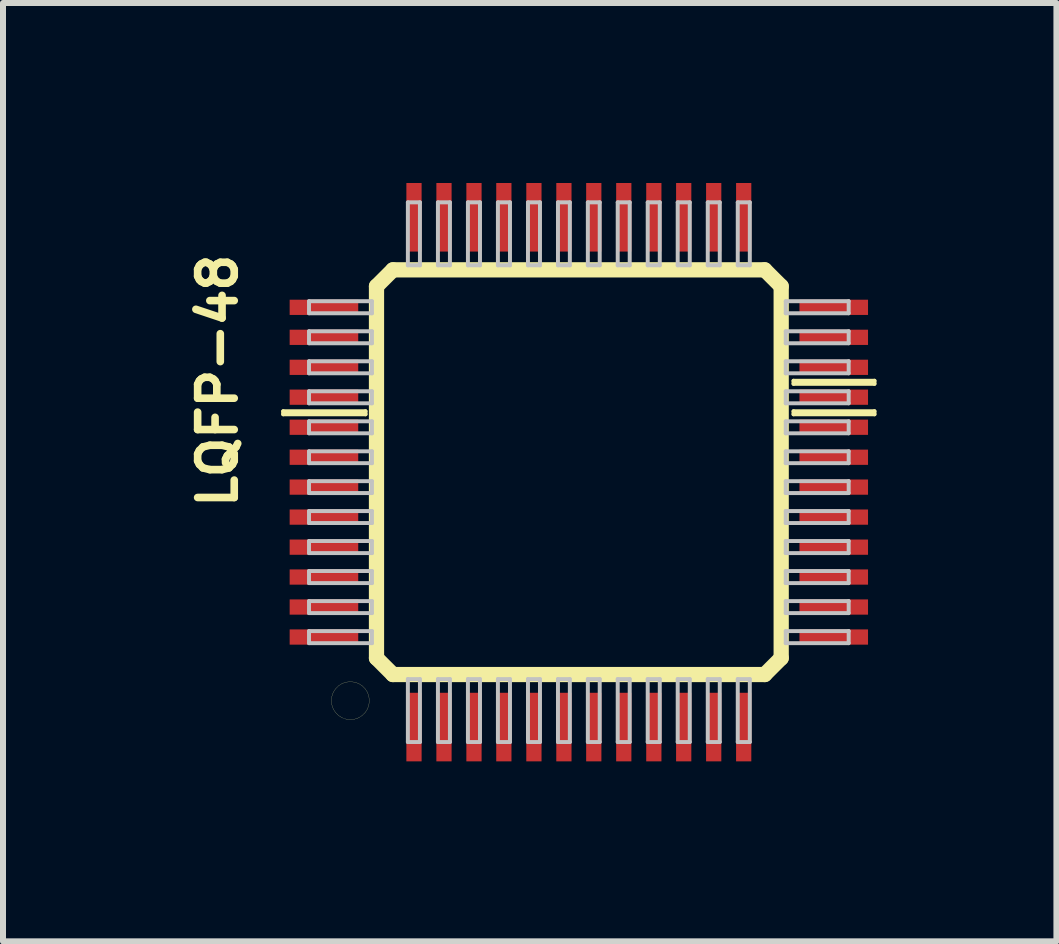
<source format=kicad_pcb>
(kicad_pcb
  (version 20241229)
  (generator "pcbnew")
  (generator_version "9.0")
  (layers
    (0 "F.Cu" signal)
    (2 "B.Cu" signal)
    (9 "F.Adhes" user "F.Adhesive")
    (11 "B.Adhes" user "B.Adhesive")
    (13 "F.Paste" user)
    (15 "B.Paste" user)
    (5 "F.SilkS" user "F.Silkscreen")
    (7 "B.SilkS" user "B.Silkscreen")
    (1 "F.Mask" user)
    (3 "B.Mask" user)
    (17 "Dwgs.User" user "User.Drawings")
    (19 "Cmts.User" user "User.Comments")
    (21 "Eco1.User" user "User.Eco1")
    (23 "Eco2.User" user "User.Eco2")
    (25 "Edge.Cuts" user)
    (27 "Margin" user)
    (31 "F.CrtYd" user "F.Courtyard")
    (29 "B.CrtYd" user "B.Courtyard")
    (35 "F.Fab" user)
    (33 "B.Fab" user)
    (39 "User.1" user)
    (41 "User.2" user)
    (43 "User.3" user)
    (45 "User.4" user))
  (footprint "LQFP-48"
    (layer "F.Cu")
    (at 6.599 4.821)
    (property "Reference" "LQFP-48" (at -6.02 -1.524 90) (layer "F.SilkS") (effects (font (size 0.61 0.61) (thickness 0.127))))
    (attr smd)
    (fp_line (start -4.928 -1.016) (end -3.556 -1.016) (stroke (width 0.066) (type solid)) (layer "F.SilkS"))
    (fp_line (start -4.928 -0.965) (end -4.928 -1.016) (stroke (width 0.066) (type solid)) (layer "F.SilkS"))
    (fp_line (start -4.928 -0.965) (end -3.556 -0.965) (stroke (width 0.066) (type solid)) (layer "F.SilkS"))
    (fp_line (start -4.128 3.81) (end -4.117 3.879) (stroke (width 0.003) (type solid)) (layer "F.SilkS"))
    (fp_line (start -4.117 3.739) (end -4.128 3.81) (stroke (width 0.003) (type solid)) (layer "F.SilkS"))
    (fp_line (start -4.117 3.879) (end -4.094 3.947) (stroke (width 0.003) (type solid)) (layer "F.SilkS"))
    (fp_line (start -4.094 3.67) (end -4.117 3.739) (stroke (width 0.003) (type solid)) (layer "F.SilkS"))
    (fp_line (start -4.094 3.947) (end -4.056 4.006) (stroke (width 0.003) (type solid)) (layer "F.SilkS"))
    (fp_line (start -4.056 3.612) (end -4.094 3.67) (stroke (width 0.003) (type solid)) (layer "F.SilkS"))
    (fp_line (start -4.056 4.006) (end -4.006 4.056) (stroke (width 0.003) (type solid)) (layer "F.SilkS"))
    (fp_line (start -4.006 3.561) (end -4.056 3.612) (stroke (width 0.003) (type solid)) (layer "F.SilkS"))
    (fp_line (start -4.006 4.056) (end -3.947 4.094) (stroke (width 0.003) (type solid)) (layer "F.SilkS"))
    (fp_line (start -3.947 3.523) (end -4.006 3.561) (stroke (width 0.003) (type solid)) (layer "F.SilkS"))
    (fp_line (start -3.947 4.094) (end -3.879 4.117) (stroke (width 0.003) (type solid)) (layer "F.SilkS"))
    (fp_line (start -3.879 3.5) (end -3.947 3.523) (stroke (width 0.003) (type solid)) (layer "F.SilkS"))
    (fp_line (start -3.879 4.117) (end -3.81 4.128) (stroke (width 0.003) (type solid)) (layer "F.SilkS"))
    (fp_line (start -3.81 3.493) (end -3.879 3.5) (stroke (width 0.003) (type solid)) (layer "F.SilkS"))
    (fp_line (start -3.81 4.128) (end -3.739 4.117) (stroke (width 0.003) (type solid)) (layer "F.SilkS"))
    (fp_line (start -3.739 3.5) (end -3.81 3.493) (stroke (width 0.003) (type solid)) (layer "F.SilkS"))
    (fp_line (start -3.739 4.117) (end -3.67 4.094) (stroke (width 0.003) (type solid)) (layer "F.SilkS"))
    (fp_line (start -3.67 3.523) (end -3.739 3.5) (stroke (width 0.003) (type solid)) (layer "F.SilkS"))
    (fp_line (start -3.67 4.094) (end -3.612 4.056) (stroke (width 0.003) (type solid)) (layer "F.SilkS"))
    (fp_line (start -3.612 3.561) (end -3.67 3.523) (stroke (width 0.003) (type solid)) (layer "F.SilkS"))
    (fp_line (start -3.612 4.056) (end -3.561 4.006) (stroke (width 0.003) (type solid)) (layer "F.SilkS"))
    (fp_line (start -3.561 3.612) (end -3.612 3.561) (stroke (width 0.003) (type solid)) (layer "F.SilkS"))
    (fp_line (start -3.561 4.006) (end -3.523 3.947) (stroke (width 0.003) (type solid)) (layer "F.SilkS"))
    (fp_line (start -3.556 -0.965) (end -3.556 -1.016) (stroke (width 0.066) (type solid)) (layer "F.SilkS"))
    (fp_line (start -3.523 3.67) (end -3.561 3.612) (stroke (width 0.003) (type solid)) (layer "F.SilkS"))
    (fp_line (start -3.523 3.947) (end -3.5 3.879) (stroke (width 0.003) (type solid)) (layer "F.SilkS"))
    (fp_line (start -3.5 3.739) (end -3.523 3.67) (stroke (width 0.003) (type solid)) (layer "F.SilkS"))
    (fp_line (start -3.5 3.879) (end -3.493 3.81) (stroke (width 0.003) (type solid)) (layer "F.SilkS"))
    (fp_line (start -3.493 3.81) (end -3.5 3.739) (stroke (width 0.003) (type solid)) (layer "F.SilkS"))
    (fp_line (start -3.373 -3.099) (end -3.099 -3.373) (stroke (width 0.254) (type solid)) (layer "F.SilkS"))
    (fp_line (start -3.373 3.099) (end -3.373 -3.099) (stroke (width 0.254) (type solid)) (layer "F.SilkS"))
    (fp_line (start -3.099 -3.373) (end 3.099 -3.373) (stroke (width 0.254) (type solid)) (layer "F.SilkS"))
    (fp_line (start -3.099 3.373) (end -3.373 3.099) (stroke (width 0.254) (type solid)) (layer "F.SilkS"))
    (fp_line (start 3.099 -3.373) (end 3.373 -3.099) (stroke (width 0.254) (type solid)) (layer "F.SilkS"))
    (fp_line (start 3.099 3.373) (end -3.099 3.373) (stroke (width 0.254) (type solid)) (layer "F.SilkS"))
    (fp_line (start 3.373 -3.099) (end 3.373 3.099) (stroke (width 0.254) (type solid)) (layer "F.SilkS"))
    (fp_line (start 3.373 3.099) (end 3.099 3.373) (stroke (width 0.254) (type solid)) (layer "F.SilkS"))
    (fp_line (start 3.579 -1.524) (end 4.928 -1.524) (stroke (width 0.066) (type solid)) (layer "F.SilkS"))
    (fp_line (start 3.579 -1.473) (end 3.579 -1.524) (stroke (width 0.066) (type solid)) (layer "F.SilkS"))
    (fp_line (start 3.579 -1.473) (end 4.928 -1.473) (stroke (width 0.066) (type solid)) (layer "F.SilkS"))
    (fp_line (start 3.579 -1.016) (end 4.928 -1.016) (stroke (width 0.066) (type solid)) (layer "F.SilkS"))
    (fp_line (start 3.579 -0.965) (end 3.579 -1.016) (stroke (width 0.066) (type solid)) (layer "F.SilkS"))
    (fp_line (start 3.579 -0.965) (end 4.928 -0.965) (stroke (width 0.066) (type solid)) (layer "F.SilkS"))
    (fp_line (start 4.928 -1.473) (end 4.928 -1.524) (stroke (width 0.066) (type solid)) (layer "F.SilkS"))
    (fp_line (start 4.928 -0.965) (end 4.928 -1.016) (stroke (width 0.066) (type solid)) (layer "F.SilkS"))
    (fp_line (start -4.498 -2.85) (end -3.449 -2.85) (stroke (width 0.066) (type solid)) (layer "Dwgs.User"))
    (fp_line (start -4.498 -2.649) (end -4.498 -2.85) (stroke (width 0.066) (type solid)) (layer "Dwgs.User"))
    (fp_line (start -4.498 -2.649) (end -3.449 -2.649) (stroke (width 0.066) (type solid)) (layer "Dwgs.User"))
    (fp_line (start -4.498 -2.349) (end -3.449 -2.349) (stroke (width 0.066) (type solid)) (layer "Dwgs.User"))
    (fp_line (start -4.498 -2.149) (end -4.498 -2.349) (stroke (width 0.066) (type solid)) (layer "Dwgs.User"))
    (fp_line (start -4.498 -2.149) (end -3.449 -2.149) (stroke (width 0.066) (type solid)) (layer "Dwgs.User"))
    (fp_line (start -4.498 -1.849) (end -3.449 -1.849) (stroke (width 0.066) (type solid)) (layer "Dwgs.User"))
    (fp_line (start -4.498 -1.648) (end -4.498 -1.849) (stroke (width 0.066) (type solid)) (layer "Dwgs.User"))
    (fp_line (start -4.498 -1.648) (end -3.449 -1.648) (stroke (width 0.066) (type solid)) (layer "Dwgs.User"))
    (fp_line (start -4.498 -1.349) (end -3.449 -1.349) (stroke (width 0.066) (type solid)) (layer "Dwgs.User"))
    (fp_line (start -4.498 -1.148) (end -4.498 -1.349) (stroke (width 0.066) (type solid)) (layer "Dwgs.User"))
    (fp_line (start -4.498 -1.148) (end -3.449 -1.148) (stroke (width 0.066) (type solid)) (layer "Dwgs.User"))
    (fp_line (start -4.498 -0.848) (end -3.449 -0.848) (stroke (width 0.066) (type solid)) (layer "Dwgs.User"))
    (fp_line (start -4.498 -0.648) (end -4.498 -0.848) (stroke (width 0.066) (type solid)) (layer "Dwgs.User"))
    (fp_line (start -4.498 -0.648) (end -3.449 -0.648) (stroke (width 0.066) (type solid)) (layer "Dwgs.User"))
    (fp_line (start -4.498 -0.348) (end -3.449 -0.348) (stroke (width 0.066) (type solid)) (layer "Dwgs.User"))
    (fp_line (start -4.498 -0.15) (end -4.498 -0.348) (stroke (width 0.066) (type solid)) (layer "Dwgs.User"))
    (fp_line (start -4.498 -0.15) (end -3.449 -0.15) (stroke (width 0.066) (type solid)) (layer "Dwgs.User"))
    (fp_line (start -4.498 0.15) (end -3.449 0.15) (stroke (width 0.066) (type solid)) (layer "Dwgs.User"))
    (fp_line (start -4.498 0.348) (end -4.498 0.15) (stroke (width 0.066) (type solid)) (layer "Dwgs.User"))
    (fp_line (start -4.498 0.348) (end -3.449 0.348) (stroke (width 0.066) (type solid)) (layer "Dwgs.User"))
    (fp_line (start -4.498 0.648) (end -3.449 0.648) (stroke (width 0.066) (type solid)) (layer "Dwgs.User"))
    (fp_line (start -4.498 0.848) (end -4.498 0.648) (stroke (width 0.066) (type solid)) (layer "Dwgs.User"))
    (fp_line (start -4.498 0.848) (end -3.449 0.848) (stroke (width 0.066) (type solid)) (layer "Dwgs.User"))
    (fp_line (start -4.498 1.148) (end -3.449 1.148) (stroke (width 0.066) (type solid)) (layer "Dwgs.User"))
    (fp_line (start -4.498 1.349) (end -4.498 1.148) (stroke (width 0.066) (type solid)) (layer "Dwgs.User"))
    (fp_line (start -4.498 1.349) (end -3.449 1.349) (stroke (width 0.066) (type solid)) (layer "Dwgs.User"))
    (fp_line (start -4.498 1.648) (end -3.449 1.648) (stroke (width 0.066) (type solid)) (layer "Dwgs.User"))
    (fp_line (start -4.498 1.849) (end -4.498 1.648) (stroke (width 0.066) (type solid)) (layer "Dwgs.User"))
    (fp_line (start -4.498 1.849) (end -3.449 1.849) (stroke (width 0.066) (type solid)) (layer "Dwgs.User"))
    (fp_line (start -4.498 2.149) (end -3.449 2.149) (stroke (width 0.066) (type solid)) (layer "Dwgs.User"))
    (fp_line (start -4.498 2.349) (end -4.498 2.149) (stroke (width 0.066) (type solid)) (layer "Dwgs.User"))
    (fp_line (start -4.498 2.349) (end -3.449 2.349) (stroke (width 0.066) (type solid)) (layer "Dwgs.User"))
    (fp_line (start -4.498 2.649) (end -3.449 2.649) (stroke (width 0.066) (type solid)) (layer "Dwgs.User"))
    (fp_line (start -4.498 2.85) (end -4.498 2.649) (stroke (width 0.066) (type solid)) (layer "Dwgs.User"))
    (fp_line (start -4.498 2.85) (end -3.449 2.85) (stroke (width 0.066) (type solid)) (layer "Dwgs.User"))
    (fp_line (start -3.449 -2.649) (end -3.449 -2.85) (stroke (width 0.066) (type solid)) (layer "Dwgs.User"))
    (fp_line (start -3.449 -2.149) (end -3.449 -2.349) (stroke (width 0.066) (type solid)) (layer "Dwgs.User"))
    (fp_line (start -3.449 -1.648) (end -3.449 -1.849) (stroke (width 0.066) (type solid)) (layer "Dwgs.User"))
    (fp_line (start -3.449 -1.148) (end -3.449 -1.349) (stroke (width 0.066) (type solid)) (layer "Dwgs.User"))
    (fp_line (start -3.449 -0.648) (end -3.449 -0.848) (stroke (width 0.066) (type solid)) (layer "Dwgs.User"))
    (fp_line (start -3.449 -0.15) (end -3.449 -0.348) (stroke (width 0.066) (type solid)) (layer "Dwgs.User"))
    (fp_line (start -3.449 0.348) (end -3.449 0.15) (stroke (width 0.066) (type solid)) (layer "Dwgs.User"))
    (fp_line (start -3.449 0.848) (end -3.449 0.648) (stroke (width 0.066) (type solid)) (layer "Dwgs.User"))
    (fp_line (start -3.449 1.349) (end -3.449 1.148) (stroke (width 0.066) (type solid)) (layer "Dwgs.User"))
    (fp_line (start -3.449 1.849) (end -3.449 1.648) (stroke (width 0.066) (type solid)) (layer "Dwgs.User"))
    (fp_line (start -3.449 2.349) (end -3.449 2.149) (stroke (width 0.066) (type solid)) (layer "Dwgs.User"))
    (fp_line (start -3.449 2.85) (end -3.449 2.649) (stroke (width 0.066) (type solid)) (layer "Dwgs.User"))
    (fp_line (start -2.85 -4.498) (end -2.649 -4.498) (stroke (width 0.066) (type solid)) (layer "Dwgs.User"))
    (fp_line (start -2.85 -3.449) (end -2.85 -4.498) (stroke (width 0.066) (type solid)) (layer "Dwgs.User"))
    (fp_line (start -2.85 -3.449) (end -2.649 -3.449) (stroke (width 0.066) (type solid)) (layer "Dwgs.User"))
    (fp_line (start -2.85 3.449) (end -2.649 3.449) (stroke (width 0.066) (type solid)) (layer "Dwgs.User"))
    (fp_line (start -2.85 4.498) (end -2.85 3.449) (stroke (width 0.066) (type solid)) (layer "Dwgs.User"))
    (fp_line (start -2.85 4.498) (end -2.649 4.498) (stroke (width 0.066) (type solid)) (layer "Dwgs.User"))
    (fp_line (start -2.649 -3.449) (end -2.649 -4.498) (stroke (width 0.066) (type solid)) (layer "Dwgs.User"))
    (fp_line (start -2.649 4.498) (end -2.649 3.449) (stroke (width 0.066) (type solid)) (layer "Dwgs.User"))
    (fp_line (start -2.349 -4.498) (end -2.149 -4.498) (stroke (width 0.066) (type solid)) (layer "Dwgs.User"))
    (fp_line (start -2.349 -3.449) (end -2.349 -4.498) (stroke (width 0.066) (type solid)) (layer "Dwgs.User"))
    (fp_line (start -2.349 -3.449) (end -2.149 -3.449) (stroke (width 0.066) (type solid)) (layer "Dwgs.User"))
    (fp_line (start -2.349 3.449) (end -2.149 3.449) (stroke (width 0.066) (type solid)) (layer "Dwgs.User"))
    (fp_line (start -2.349 4.498) (end -2.349 3.449) (stroke (width 0.066) (type solid)) (layer "Dwgs.User"))
    (fp_line (start -2.349 4.498) (end -2.149 4.498) (stroke (width 0.066) (type solid)) (layer "Dwgs.User"))
    (fp_line (start -2.149 -3.449) (end -2.149 -4.498) (stroke (width 0.066) (type solid)) (layer "Dwgs.User"))
    (fp_line (start -2.149 4.498) (end -2.149 3.449) (stroke (width 0.066) (type solid)) (layer "Dwgs.User"))
    (fp_line (start -1.849 -4.498) (end -1.648 -4.498) (stroke (width 0.066) (type solid)) (layer "Dwgs.User"))
    (fp_line (start -1.849 -3.449) (end -1.849 -4.498) (stroke (width 0.066) (type solid)) (layer "Dwgs.User"))
    (fp_line (start -1.849 -3.449) (end -1.648 -3.449) (stroke (width 0.066) (type solid)) (layer "Dwgs.User"))
    (fp_line (start -1.849 3.449) (end -1.648 3.449) (stroke (width 0.066) (type solid)) (layer "Dwgs.User"))
    (fp_line (start -1.849 4.498) (end -1.849 3.449) (stroke (width 0.066) (type solid)) (layer "Dwgs.User"))
    (fp_line (start -1.849 4.498) (end -1.648 4.498) (stroke (width 0.066) (type solid)) (layer "Dwgs.User"))
    (fp_line (start -1.648 -3.449) (end -1.648 -4.498) (stroke (width 0.066) (type solid)) (layer "Dwgs.User"))
    (fp_line (start -1.648 4.498) (end -1.648 3.449) (stroke (width 0.066) (type solid)) (layer "Dwgs.User"))
    (fp_line (start -1.349 -4.498) (end -1.148 -4.498) (stroke (width 0.066) (type solid)) (layer "Dwgs.User"))
    (fp_line (start -1.349 -3.449) (end -1.349 -4.498) (stroke (width 0.066) (type solid)) (layer "Dwgs.User"))
    (fp_line (start -1.349 -3.449) (end -1.148 -3.449) (stroke (width 0.066) (type solid)) (layer "Dwgs.User"))
    (fp_line (start -1.349 3.449) (end -1.148 3.449) (stroke (width 0.066) (type solid)) (layer "Dwgs.User"))
    (fp_line (start -1.349 4.498) (end -1.349 3.449) (stroke (width 0.066) (type solid)) (layer "Dwgs.User"))
    (fp_line (start -1.349 4.498) (end -1.148 4.498) (stroke (width 0.066) (type solid)) (layer "Dwgs.User"))
    (fp_line (start -1.148 -3.449) (end -1.148 -4.498) (stroke (width 0.066) (type solid)) (layer "Dwgs.User"))
    (fp_line (start -1.148 4.498) (end -1.148 3.449) (stroke (width 0.066) (type solid)) (layer "Dwgs.User"))
    (fp_line (start -0.848 -4.498) (end -0.648 -4.498) (stroke (width 0.066) (type solid)) (layer "Dwgs.User"))
    (fp_line (start -0.848 -3.449) (end -0.848 -4.498) (stroke (width 0.066) (type solid)) (layer "Dwgs.User"))
    (fp_line (start -0.848 -3.449) (end -0.648 -3.449) (stroke (width 0.066) (type solid)) (layer "Dwgs.User"))
    (fp_line (start -0.848 3.449) (end -0.648 3.449) (stroke (width 0.066) (type solid)) (layer "Dwgs.User"))
    (fp_line (start -0.848 4.498) (end -0.848 3.449) (stroke (width 0.066) (type solid)) (layer "Dwgs.User"))
    (fp_line (start -0.848 4.498) (end -0.648 4.498) (stroke (width 0.066) (type solid)) (layer "Dwgs.User"))
    (fp_line (start -0.648 -3.449) (end -0.648 -4.498) (stroke (width 0.066) (type solid)) (layer "Dwgs.User"))
    (fp_line (start -0.648 4.498) (end -0.648 3.449) (stroke (width 0.066) (type solid)) (layer "Dwgs.User"))
    (fp_line (start -0.348 -4.498) (end -0.15 -4.498) (stroke (width 0.066) (type solid)) (layer "Dwgs.User"))
    (fp_line (start -0.348 -3.449) (end -0.348 -4.498) (stroke (width 0.066) (type solid)) (layer "Dwgs.User"))
    (fp_line (start -0.348 -3.449) (end -0.15 -3.449) (stroke (width 0.066) (type solid)) (layer "Dwgs.User"))
    (fp_line (start -0.348 3.449) (end -0.15 3.449) (stroke (width 0.066) (type solid)) (layer "Dwgs.User"))
    (fp_line (start -0.348 4.498) (end -0.348 3.449) (stroke (width 0.066) (type solid)) (layer "Dwgs.User"))
    (fp_line (start -0.348 4.498) (end -0.15 4.498) (stroke (width 0.066) (type solid)) (layer "Dwgs.User"))
    (fp_line (start -0.15 -3.449) (end -0.15 -4.498) (stroke (width 0.066) (type solid)) (layer "Dwgs.User"))
    (fp_line (start -0.15 4.498) (end -0.15 3.449) (stroke (width 0.066) (type solid)) (layer "Dwgs.User"))
    (fp_line (start 0.15 -4.498) (end 0.348 -4.498) (stroke (width 0.066) (type solid)) (layer "Dwgs.User"))
    (fp_line (start 0.15 -3.449) (end 0.15 -4.498) (stroke (width 0.066) (type solid)) (layer "Dwgs.User"))
    (fp_line (start 0.15 -3.449) (end 0.348 -3.449) (stroke (width 0.066) (type solid)) (layer "Dwgs.User"))
    (fp_line (start 0.15 3.449) (end 0.348 3.449) (stroke (width 0.066) (type solid)) (layer "Dwgs.User"))
    (fp_line (start 0.15 4.498) (end 0.15 3.449) (stroke (width 0.066) (type solid)) (layer "Dwgs.User"))
    (fp_line (start 0.15 4.498) (end 0.348 4.498) (stroke (width 0.066) (type solid)) (layer "Dwgs.User"))
    (fp_line (start 0.348 -3.449) (end 0.348 -4.498) (stroke (width 0.066) (type solid)) (layer "Dwgs.User"))
    (fp_line (start 0.348 4.498) (end 0.348 3.449) (stroke (width 0.066) (type solid)) (layer "Dwgs.User"))
    (fp_line (start 0.648 -4.498) (end 0.848 -4.498) (stroke (width 0.066) (type solid)) (layer "Dwgs.User"))
    (fp_line (start 0.648 -3.449) (end 0.648 -4.498) (stroke (width 0.066) (type solid)) (layer "Dwgs.User"))
    (fp_line (start 0.648 -3.449) (end 0.848 -3.449) (stroke (width 0.066) (type solid)) (layer "Dwgs.User"))
    (fp_line (start 0.648 3.449) (end 0.848 3.449) (stroke (width 0.066) (type solid)) (layer "Dwgs.User"))
    (fp_line (start 0.648 4.498) (end 0.648 3.449) (stroke (width 0.066) (type solid)) (layer "Dwgs.User"))
    (fp_line (start 0.648 4.498) (end 0.848 4.498) (stroke (width 0.066) (type solid)) (layer "Dwgs.User"))
    (fp_line (start 0.848 -3.449) (end 0.848 -4.498) (stroke (width 0.066) (type solid)) (layer "Dwgs.User"))
    (fp_line (start 0.848 4.498) (end 0.848 3.449) (stroke (width 0.066) (type solid)) (layer "Dwgs.User"))
    (fp_line (start 1.148 -4.498) (end 1.349 -4.498) (stroke (width 0.066) (type solid)) (layer "Dwgs.User"))
    (fp_line (start 1.148 -3.449) (end 1.148 -4.498) (stroke (width 0.066) (type solid)) (layer "Dwgs.User"))
    (fp_line (start 1.148 -3.449) (end 1.349 -3.449) (stroke (width 0.066) (type solid)) (layer "Dwgs.User"))
    (fp_line (start 1.148 3.449) (end 1.349 3.449) (stroke (width 0.066) (type solid)) (layer "Dwgs.User"))
    (fp_line (start 1.148 4.498) (end 1.148 3.449) (stroke (width 0.066) (type solid)) (layer "Dwgs.User"))
    (fp_line (start 1.148 4.498) (end 1.349 4.498) (stroke (width 0.066) (type solid)) (layer "Dwgs.User"))
    (fp_line (start 1.349 -3.449) (end 1.349 -4.498) (stroke (width 0.066) (type solid)) (layer "Dwgs.User"))
    (fp_line (start 1.349 4.498) (end 1.349 3.449) (stroke (width 0.066) (type solid)) (layer "Dwgs.User"))
    (fp_line (start 1.648 -4.498) (end 1.849 -4.498) (stroke (width 0.066) (type solid)) (layer "Dwgs.User"))
    (fp_line (start 1.648 -3.449) (end 1.648 -4.498) (stroke (width 0.066) (type solid)) (layer "Dwgs.User"))
    (fp_line (start 1.648 -3.449) (end 1.849 -3.449) (stroke (width 0.066) (type solid)) (layer "Dwgs.User"))
    (fp_line (start 1.648 3.449) (end 1.849 3.449) (stroke (width 0.066) (type solid)) (layer "Dwgs.User"))
    (fp_line (start 1.648 4.498) (end 1.648 3.449) (stroke (width 0.066) (type solid)) (layer "Dwgs.User"))
    (fp_line (start 1.648 4.498) (end 1.849 4.498) (stroke (width 0.066) (type solid)) (layer "Dwgs.User"))
    (fp_line (start 1.849 -3.449) (end 1.849 -4.498) (stroke (width 0.066) (type solid)) (layer "Dwgs.User"))
    (fp_line (start 1.849 4.498) (end 1.849 3.449) (stroke (width 0.066) (type solid)) (layer "Dwgs.User"))
    (fp_line (start 2.149 -4.498) (end 2.349 -4.498) (stroke (width 0.066) (type solid)) (layer "Dwgs.User"))
    (fp_line (start 2.149 -3.449) (end 2.149 -4.498) (stroke (width 0.066) (type solid)) (layer "Dwgs.User"))
    (fp_line (start 2.149 -3.449) (end 2.349 -3.449) (stroke (width 0.066) (type solid)) (layer "Dwgs.User"))
    (fp_line (start 2.149 3.449) (end 2.349 3.449) (stroke (width 0.066) (type solid)) (layer "Dwgs.User"))
    (fp_line (start 2.149 4.498) (end 2.149 3.449) (stroke (width 0.066) (type solid)) (layer "Dwgs.User"))
    (fp_line (start 2.149 4.498) (end 2.349 4.498) (stroke (width 0.066) (type solid)) (layer "Dwgs.User"))
    (fp_line (start 2.349 -3.449) (end 2.349 -4.498) (stroke (width 0.066) (type solid)) (layer "Dwgs.User"))
    (fp_line (start 2.349 4.498) (end 2.349 3.449) (stroke (width 0.066) (type solid)) (layer "Dwgs.User"))
    (fp_line (start 2.649 -4.498) (end 2.85 -4.498) (stroke (width 0.066) (type solid)) (layer "Dwgs.User"))
    (fp_line (start 2.649 -3.449) (end 2.649 -4.498) (stroke (width 0.066) (type solid)) (layer "Dwgs.User"))
    (fp_line (start 2.649 -3.449) (end 2.85 -3.449) (stroke (width 0.066) (type solid)) (layer "Dwgs.User"))
    (fp_line (start 2.649 3.449) (end 2.85 3.449) (stroke (width 0.066) (type solid)) (layer "Dwgs.User"))
    (fp_line (start 2.649 4.498) (end 2.649 3.449) (stroke (width 0.066) (type solid)) (layer "Dwgs.User"))
    (fp_line (start 2.649 4.498) (end 2.85 4.498) (stroke (width 0.066) (type solid)) (layer "Dwgs.User"))
    (fp_line (start 2.85 -3.449) (end 2.85 -4.498) (stroke (width 0.066) (type solid)) (layer "Dwgs.User"))
    (fp_line (start 2.85 4.498) (end 2.85 3.449) (stroke (width 0.066) (type solid)) (layer "Dwgs.User"))
    (fp_line (start 3.449 -2.85) (end 4.498 -2.85) (stroke (width 0.066) (type solid)) (layer "Dwgs.User"))
    (fp_line (start 3.449 -2.649) (end 3.449 -2.85) (stroke (width 0.066) (type solid)) (layer "Dwgs.User"))
    (fp_line (start 3.449 -2.649) (end 4.498 -2.649) (stroke (width 0.066) (type solid)) (layer "Dwgs.User"))
    (fp_line (start 3.449 -2.349) (end 4.498 -2.349) (stroke (width 0.066) (type solid)) (layer "Dwgs.User"))
    (fp_line (start 3.449 -2.149) (end 3.449 -2.349) (stroke (width 0.066) (type solid)) (layer "Dwgs.User"))
    (fp_line (start 3.449 -2.149) (end 4.498 -2.149) (stroke (width 0.066) (type solid)) (layer "Dwgs.User"))
    (fp_line (start 3.449 -1.849) (end 4.498 -1.849) (stroke (width 0.066) (type solid)) (layer "Dwgs.User"))
    (fp_line (start 3.449 -1.648) (end 3.449 -1.849) (stroke (width 0.066) (type solid)) (layer "Dwgs.User"))
    (fp_line (start 3.449 -1.648) (end 4.498 -1.648) (stroke (width 0.066) (type solid)) (layer "Dwgs.User"))
    (fp_line (start 3.449 -1.349) (end 4.498 -1.349) (stroke (width 0.066) (type solid)) (layer "Dwgs.User"))
    (fp_line (start 3.449 -1.148) (end 3.449 -1.349) (stroke (width 0.066) (type solid)) (layer "Dwgs.User"))
    (fp_line (start 3.449 -1.148) (end 4.498 -1.148) (stroke (width 0.066) (type solid)) (layer "Dwgs.User"))
    (fp_line (start 3.449 -0.848) (end 4.498 -0.848) (stroke (width 0.066) (type solid)) (layer "Dwgs.User"))
    (fp_line (start 3.449 -0.648) (end 3.449 -0.848) (stroke (width 0.066) (type solid)) (layer "Dwgs.User"))
    (fp_line (start 3.449 -0.648) (end 4.498 -0.648) (stroke (width 0.066) (type solid)) (layer "Dwgs.User"))
    (fp_line (start 3.449 -0.348) (end 4.498 -0.348) (stroke (width 0.066) (type solid)) (layer "Dwgs.User"))
    (fp_line (start 3.449 -0.15) (end 3.449 -0.348) (stroke (width 0.066) (type solid)) (layer "Dwgs.User"))
    (fp_line (start 3.449 -0.15) (end 4.498 -0.15) (stroke (width 0.066) (type solid)) (layer "Dwgs.User"))
    (fp_line (start 3.449 0.15) (end 4.498 0.15) (stroke (width 0.066) (type solid)) (layer "Dwgs.User"))
    (fp_line (start 3.449 0.348) (end 3.449 0.15) (stroke (width 0.066) (type solid)) (layer "Dwgs.User"))
    (fp_line (start 3.449 0.348) (end 4.498 0.348) (stroke (width 0.066) (type solid)) (layer "Dwgs.User"))
    (fp_line (start 3.449 0.648) (end 4.498 0.648) (stroke (width 0.066) (type solid)) (layer "Dwgs.User"))
    (fp_line (start 3.449 0.848) (end 3.449 0.648) (stroke (width 0.066) (type solid)) (layer "Dwgs.User"))
    (fp_line (start 3.449 0.848) (end 4.498 0.848) (stroke (width 0.066) (type solid)) (layer "Dwgs.User"))
    (fp_line (start 3.449 1.148) (end 4.498 1.148) (stroke (width 0.066) (type solid)) (layer "Dwgs.User"))
    (fp_line (start 3.449 1.349) (end 3.449 1.148) (stroke (width 0.066) (type solid)) (layer "Dwgs.User"))
    (fp_line (start 3.449 1.349) (end 4.498 1.349) (stroke (width 0.066) (type solid)) (layer "Dwgs.User"))
    (fp_line (start 3.449 1.648) (end 4.498 1.648) (stroke (width 0.066) (type solid)) (layer "Dwgs.User"))
    (fp_line (start 3.449 1.849) (end 3.449 1.648) (stroke (width 0.066) (type solid)) (layer "Dwgs.User"))
    (fp_line (start 3.449 1.849) (end 4.498 1.849) (stroke (width 0.066) (type solid)) (layer "Dwgs.User"))
    (fp_line (start 3.449 2.149) (end 4.498 2.149) (stroke (width 0.066) (type solid)) (layer "Dwgs.User"))
    (fp_line (start 3.449 2.349) (end 3.449 2.149) (stroke (width 0.066) (type solid)) (layer "Dwgs.User"))
    (fp_line (start 3.449 2.349) (end 4.498 2.349) (stroke (width 0.066) (type solid)) (layer "Dwgs.User"))
    (fp_line (start 3.449 2.649) (end 4.498 2.649) (stroke (width 0.066) (type solid)) (layer "Dwgs.User"))
    (fp_line (start 3.449 2.85) (end 3.449 2.649) (stroke (width 0.066) (type solid)) (layer "Dwgs.User"))
    (fp_line (start 3.449 2.85) (end 4.498 2.85) (stroke (width 0.066) (type solid)) (layer "Dwgs.User"))
    (fp_line (start 4.498 -2.649) (end 4.498 -2.85) (stroke (width 0.066) (type solid)) (layer "Dwgs.User"))
    (fp_line (start 4.498 -2.149) (end 4.498 -2.349) (stroke (width 0.066) (type solid)) (layer "Dwgs.User"))
    (fp_line (start 4.498 -1.648) (end 4.498 -1.849) (stroke (width 0.066) (type solid)) (layer "Dwgs.User"))
    (fp_line (start 4.498 -1.148) (end 4.498 -1.349) (stroke (width 0.066) (type solid)) (layer "Dwgs.User"))
    (fp_line (start 4.498 -0.648) (end 4.498 -0.848) (stroke (width 0.066) (type solid)) (layer "Dwgs.User"))
    (fp_line (start 4.498 -0.15) (end 4.498 -0.348) (stroke (width 0.066) (type solid)) (layer "Dwgs.User"))
    (fp_line (start 4.498 0.348) (end 4.498 0.15) (stroke (width 0.066) (type solid)) (layer "Dwgs.User"))
    (fp_line (start 4.498 0.848) (end 4.498 0.648) (stroke (width 0.066) (type solid)) (layer "Dwgs.User"))
    (fp_line (start 4.498 1.349) (end 4.498 1.148) (stroke (width 0.066) (type solid)) (layer "Dwgs.User"))
    (fp_line (start 4.498 1.849) (end 4.498 1.648) (stroke (width 0.066) (type solid)) (layer "Dwgs.User"))
    (fp_line (start 4.498 2.349) (end 4.498 2.149) (stroke (width 0.066) (type solid)) (layer "Dwgs.User"))
    (fp_line (start 4.498 2.85) (end 4.498 2.649) (stroke (width 0.066) (type solid)) (layer "Dwgs.User"))
    (pad "1" smd rect (at -2.748 4.249) (size 0.254 1.143) (layers "F.Cu" "F.Mask" "F.Paste"))
    (pad "2" smd rect (at -2.248 4.249) (size 0.254 1.143) (layers "F.Cu" "F.Mask" "F.Paste"))
    (pad "3" smd rect (at -1.748 4.249) (size 0.254 1.143) (layers "F.Cu" "F.Mask" "F.Paste"))
    (pad "4" smd rect (at -1.25 4.249) (size 0.254 1.143) (layers "F.Cu" "F.Mask" "F.Paste"))
    (pad "5" smd rect (at -0.749 4.249) (size 0.254 1.143) (layers "F.Cu" "F.Mask" "F.Paste"))
    (pad "6" smd rect (at -0.249 4.249) (size 0.254 1.143) (layers "F.Cu" "F.Mask" "F.Paste"))
    (pad "7" smd rect (at 0.249 4.249) (size 0.254 1.143) (layers "F.Cu" "F.Mask" "F.Paste"))
    (pad "8" smd rect (at 0.749 4.249) (size 0.254 1.143) (layers "F.Cu" "F.Mask" "F.Paste"))
    (pad "9" smd rect (at 1.25 4.249) (size 0.254 1.143) (layers "F.Cu" "F.Mask" "F.Paste"))
    (pad "10" smd rect (at 1.748 4.249) (size 0.254 1.143) (layers "F.Cu" "F.Mask" "F.Paste"))
    (pad "11" smd rect (at 2.248 4.249) (size 0.254 1.143) (layers "F.Cu" "F.Mask" "F.Paste"))
    (pad "12" smd rect (at 2.748 4.249) (size 0.254 1.143) (layers "F.Cu" "F.Mask" "F.Paste"))
    (pad "13" smd rect (at 4.249 2.748) (size 1.143 0.254) (layers "F.Cu" "F.Mask" "F.Paste"))
    (pad "14" smd rect (at 4.249 2.248) (size 1.143 0.254) (layers "F.Cu" "F.Mask" "F.Paste"))
    (pad "15" smd rect (at 4.249 1.748) (size 1.143 0.254) (layers "F.Cu" "F.Mask" "F.Paste"))
    (pad "16" smd rect (at 4.249 1.25) (size 1.143 0.254) (layers "F.Cu" "F.Mask" "F.Paste"))
    (pad "17" smd rect (at 4.249 0.749) (size 1.143 0.254) (layers "F.Cu" "F.Mask" "F.Paste"))
    (pad "18" smd rect (at 4.249 0.249) (size 1.143 0.254) (layers "F.Cu" "F.Mask" "F.Paste"))
    (pad "19" smd rect (at 4.249 -0.249) (size 1.143 0.254) (layers "F.Cu" "F.Mask" "F.Paste"))
    (pad "20" smd rect (at 4.249 -0.749) (size 1.143 0.254) (layers "F.Cu" "F.Mask" "F.Paste"))
    (pad "21" smd rect (at 4.249 -1.25) (size 1.143 0.254) (layers "F.Cu" "F.Mask" "F.Paste"))
    (pad "22" smd rect (at 4.249 -1.748) (size 1.143 0.254) (layers "F.Cu" "F.Mask" "F.Paste"))
    (pad "23" smd rect (at 4.249 -2.248) (size 1.143 0.254) (layers "F.Cu" "F.Mask" "F.Paste"))
    (pad "24" smd rect (at 4.249 -2.748) (size 1.143 0.254) (layers "F.Cu" "F.Mask" "F.Paste"))
    (pad "25" smd rect (at 2.748 -4.249) (size 0.254 1.143) (layers "F.Cu" "F.Mask" "F.Paste"))
    (pad "26" smd rect (at 2.248 -4.249) (size 0.254 1.143) (layers "F.Cu" "F.Mask" "F.Paste"))
    (pad "27" smd rect (at 1.748 -4.249) (size 0.254 1.143) (layers "F.Cu" "F.Mask" "F.Paste"))
    (pad "28" smd rect (at 1.25 -4.249) (size 0.254 1.143) (layers "F.Cu" "F.Mask" "F.Paste"))
    (pad "29" smd rect (at 0.749 -4.249) (size 0.254 1.143) (layers "F.Cu" "F.Mask" "F.Paste"))
    (pad "30" smd rect (at 0.249 -4.249) (size 0.254 1.143) (layers "F.Cu" "F.Mask" "F.Paste"))
    (pad "31" smd rect (at -0.249 -4.249) (size 0.254 1.143) (layers "F.Cu" "F.Mask" "F.Paste"))
    (pad "32" smd rect (at -0.749 -4.249) (size 0.254 1.143) (layers "F.Cu" "F.Mask" "F.Paste"))
    (pad "33" smd rect (at -1.25 -4.249) (size 0.254 1.143) (layers "F.Cu" "F.Mask" "F.Paste"))
    (pad "34" smd rect (at -1.748 -4.249) (size 0.254 1.143) (layers "F.Cu" "F.Mask" "F.Paste"))
    (pad "35" smd rect (at -2.248 -4.249) (size 0.254 1.143) (layers "F.Cu" "F.Mask" "F.Paste"))
    (pad "36" smd rect (at -2.748 -4.249) (size 0.254 1.143) (layers "F.Cu" "F.Mask" "F.Paste"))
    (pad "37" smd rect (at -4.249 -2.748) (size 1.143 0.254) (layers "F.Cu" "F.Mask" "F.Paste"))
    (pad "38" smd rect (at -4.249 -2.248) (size 1.143 0.254) (layers "F.Cu" "F.Mask" "F.Paste"))
    (pad "39" smd rect (at -4.249 -1.748) (size 1.143 0.254) (layers "F.Cu" "F.Mask" "F.Paste"))
    (pad "40" smd rect (at -4.249 -1.25) (size 1.143 0.254) (layers "F.Cu" "F.Mask" "F.Paste"))
    (pad "41" smd rect (at -4.249 -0.749) (size 1.143 0.254) (layers "F.Cu" "F.Mask" "F.Paste"))
    (pad "42" smd rect (at -4.249 -0.249) (size 1.143 0.254) (layers "F.Cu" "F.Mask" "F.Paste"))
    (pad "43" smd rect (at -4.249 0.249) (size 1.143 0.254) (layers "F.Cu" "F.Mask" "F.Paste"))
    (pad "44" smd rect (at -4.249 0.749) (size 1.143 0.254) (layers "F.Cu" "F.Mask" "F.Paste"))
    (pad "45" smd rect (at -4.249 1.25) (size 1.143 0.254) (layers "F.Cu" "F.Mask" "F.Paste"))
    (pad "46" smd rect (at -4.249 1.748) (size 1.143 0.254) (layers "F.Cu" "F.Mask" "F.Paste"))
    (pad "47" smd rect (at -4.249 2.248) (size 1.143 0.254) (layers "F.Cu" "F.Mask" "F.Paste"))
    (pad "48" smd rect (at -4.249 2.748) (size 1.143 0.254) (layers "F.Cu" "F.Mask" "F.Paste")))
  (gr_rect
    (start -3 -3)
    (end 14.56 12.642)
    (stroke (width 0.1) (type default))
    (fill no)
    (layer "Edge.Cuts")))
</source>
